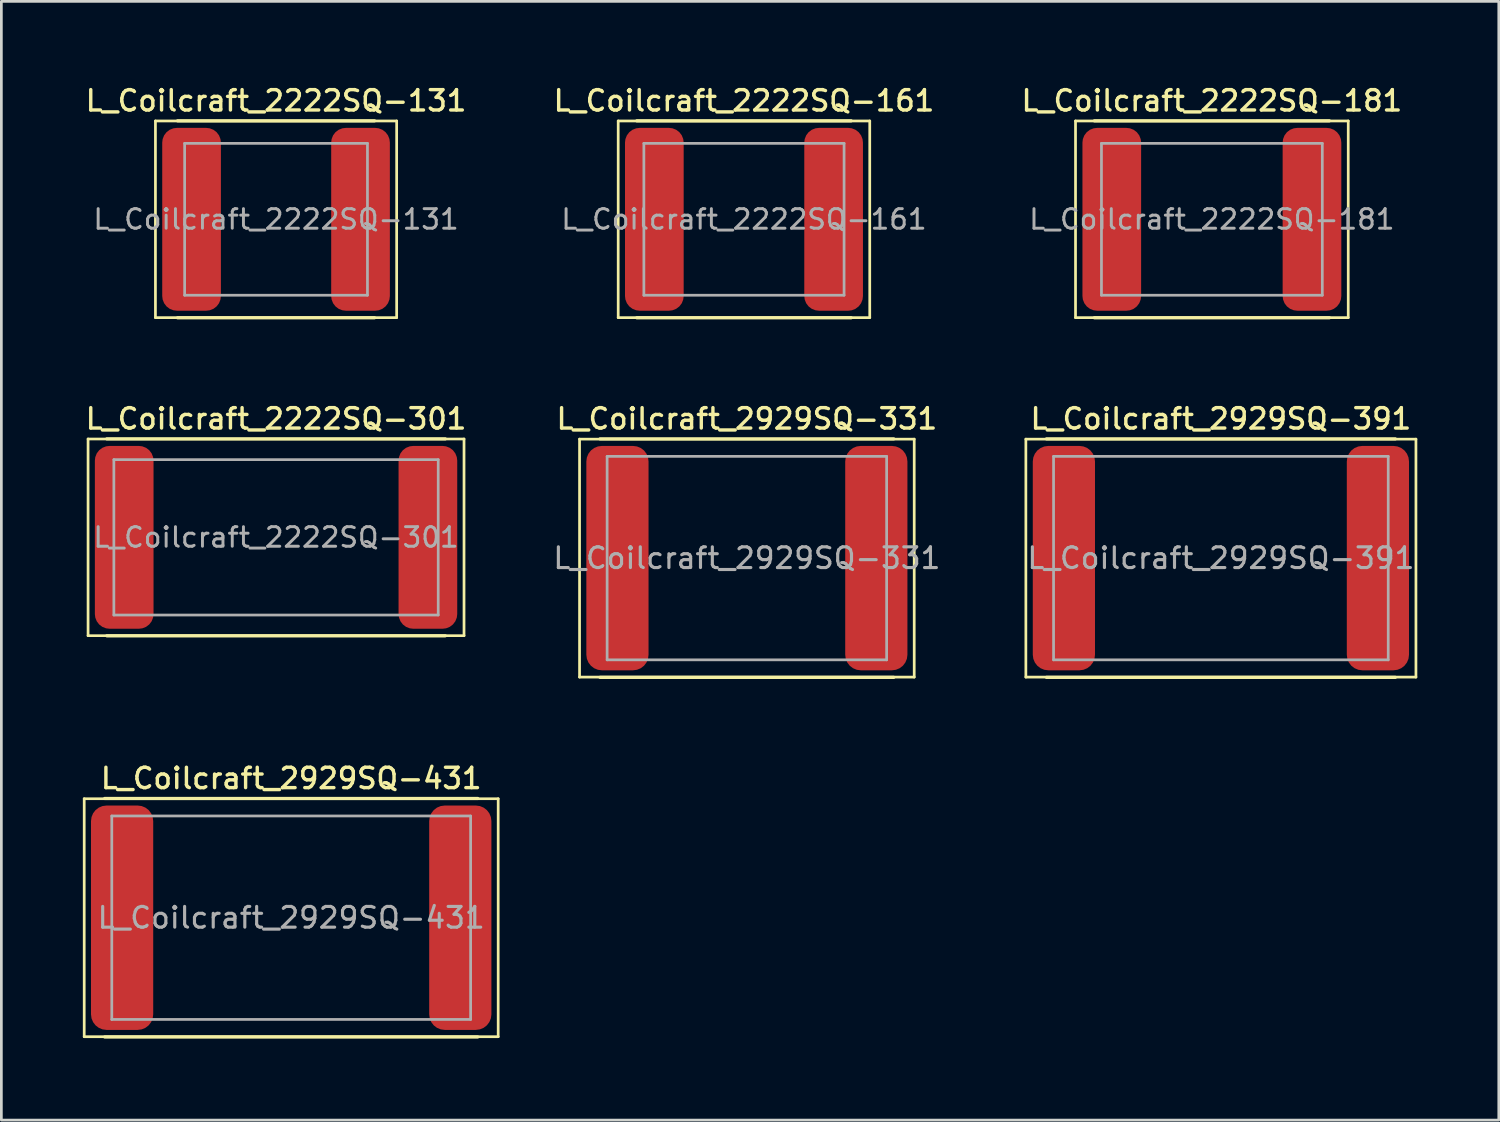
<source format=kicad_pcb>
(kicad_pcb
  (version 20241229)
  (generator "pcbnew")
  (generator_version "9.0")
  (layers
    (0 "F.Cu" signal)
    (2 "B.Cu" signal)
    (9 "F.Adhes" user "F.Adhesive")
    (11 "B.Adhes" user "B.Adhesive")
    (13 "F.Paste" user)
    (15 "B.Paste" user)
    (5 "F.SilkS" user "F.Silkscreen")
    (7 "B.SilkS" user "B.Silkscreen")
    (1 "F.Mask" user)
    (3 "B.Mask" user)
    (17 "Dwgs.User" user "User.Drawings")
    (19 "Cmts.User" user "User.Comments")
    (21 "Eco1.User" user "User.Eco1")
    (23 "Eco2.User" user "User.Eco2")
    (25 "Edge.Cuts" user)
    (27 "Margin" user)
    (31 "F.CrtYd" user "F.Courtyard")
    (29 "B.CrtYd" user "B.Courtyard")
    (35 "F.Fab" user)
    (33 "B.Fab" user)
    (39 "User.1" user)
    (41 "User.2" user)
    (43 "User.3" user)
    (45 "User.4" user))
  (footprint "L_Coilcraft_2222SQ-181"
    (layer "F.Cu")
    (at 41.563 5.023)
    (property "Reference" "L_Coilcraft_2222SQ-181" (at 0 -4.365 0) (layer "F.SilkS") (effects (font (size 0.75 0.75) (thickness 0.125))))
    (attr smd)
    (fp_line (start -5.02 -3.62) (end -5.02 3.62) (stroke (width 0.1) (type solid)) (layer "F.SilkS"))
    (fp_line (start -5.02 3.62) (end 5.02 3.62) (stroke (width 0.1) (type solid)) (layer "F.SilkS"))
    (fp_line (start -4.325 -3.625) (end 4.325 -3.625) (stroke (width 0.12) (type solid)) (layer "F.SilkS"))
    (fp_line (start -4.325 3.625) (end 4.325 3.625) (stroke (width 0.12) (type solid)) (layer "F.SilkS"))
    (fp_line (start 5.02 -3.62) (end -5.02 -3.62) (stroke (width 0.1) (type solid)) (layer "F.SilkS"))
    (fp_line (start 5.02 3.62) (end 5.02 -3.62) (stroke (width 0.1) (type solid)) (layer "F.SilkS"))
    (fp_line (start -4.065 -2.795) (end -4.065 2.795) (stroke (width 0.1) (type solid)) (layer "F.Fab"))
    (fp_line (start -4.065 2.795) (end 4.065 2.795) (stroke (width 0.1) (type solid)) (layer "F.Fab"))
    (fp_line (start 4.065 -2.795) (end -4.065 -2.795) (stroke (width 0.1) (type solid)) (layer "F.Fab"))
    (fp_line (start 4.065 2.795) (end 4.065 -2.795) (stroke (width 0.1) (type solid)) (layer "F.Fab"))
    (fp_text user "${REFERENCE}" (at 0 0 0) (layer "F.Fab") (effects (font (size 0.72 0.72) (thickness 0.108))))
    (pad "1" smd roundrect (at -3.685 0) (size 2.16 6.73) (layers "F.Cu" "F.Mask" "F.Paste") (roundrect_rratio 0.25))
    (pad "2" smd roundrect (at 3.685 0) (size 2.16 6.73) (layers "F.Cu" "F.Mask" "F.Paste") (roundrect_rratio 0.25)))
  (footprint "L_Coilcraft_2222SQ-301"
    (layer "F.Cu")
    (at 7.112 16.731)
    (property "Reference" "L_Coilcraft_2222SQ-301" (at 0 -4.365 0) (layer "F.SilkS") (effects (font (size 0.75 0.75) (thickness 0.125))))
    (attr smd)
    (fp_line (start -6.92 -3.62) (end -6.92 3.62) (stroke (width 0.1) (type solid)) (layer "F.SilkS"))
    (fp_line (start -6.92 3.62) (end 6.92 3.62) (stroke (width 0.1) (type solid)) (layer "F.SilkS"))
    (fp_line (start -6.23 -3.625) (end 6.23 -3.625) (stroke (width 0.12) (type solid)) (layer "F.SilkS"))
    (fp_line (start -6.23 3.625) (end 6.23 3.625) (stroke (width 0.12) (type solid)) (layer "F.SilkS"))
    (fp_line (start 6.92 -3.62) (end -6.92 -3.62) (stroke (width 0.1) (type solid)) (layer "F.SilkS"))
    (fp_line (start 6.92 3.62) (end 6.92 -3.62) (stroke (width 0.1) (type solid)) (layer "F.SilkS"))
    (fp_line (start -5.97 -2.86) (end -5.97 2.86) (stroke (width 0.1) (type solid)) (layer "F.Fab"))
    (fp_line (start -5.97 2.86) (end 5.97 2.86) (stroke (width 0.1) (type solid)) (layer "F.Fab"))
    (fp_line (start 5.97 -2.86) (end -5.97 -2.86) (stroke (width 0.1) (type solid)) (layer "F.Fab"))
    (fp_line (start 5.97 2.86) (end 5.97 -2.86) (stroke (width 0.1) (type solid)) (layer "F.Fab"))
    (fp_text user "${REFERENCE}" (at 0 0 0) (layer "F.Fab") (effects (font (size 0.72 0.72) (thickness 0.108))))
    (pad "1" smd roundrect (at -5.59 0) (size 2.16 6.73) (layers "F.Cu" "F.Mask" "F.Paste") (roundrect_rratio 0.25))
    (pad "2" smd roundrect (at 5.59 0) (size 2.16 6.73) (layers "F.Cu" "F.Mask" "F.Paste") (roundrect_rratio 0.25)))
  (footprint "L_Coilcraft_2929SQ-391"
    (layer "F.Cu")
    (at 41.895 17.496)
    (property "Reference" "L_Coilcraft_2929SQ-391" (at 0 -5.13 0) (layer "F.SilkS") (effects (font (size 0.75 0.75) (thickness 0.125))))
    (attr smd)
    (fp_line (start -7.18 -4.38) (end -7.18 4.38) (stroke (width 0.1) (type solid)) (layer "F.SilkS"))
    (fp_line (start -7.18 4.38) (end 7.18 4.38) (stroke (width 0.1) (type solid)) (layer "F.SilkS"))
    (fp_line (start -6.42 -4.39) (end 6.42 -4.39) (stroke (width 0.12) (type solid)) (layer "F.SilkS"))
    (fp_line (start -6.42 4.39) (end 6.42 4.39) (stroke (width 0.12) (type solid)) (layer "F.SilkS"))
    (fp_line (start 7.18 -4.38) (end -7.18 -4.38) (stroke (width 0.1) (type solid)) (layer "F.SilkS"))
    (fp_line (start 7.18 4.38) (end 7.18 -4.38) (stroke (width 0.1) (type solid)) (layer "F.SilkS"))
    (fp_line (start -6.16 -3.745) (end -6.16 3.745) (stroke (width 0.1) (type solid)) (layer "F.Fab"))
    (fp_line (start -6.16 3.745) (end 6.16 3.745) (stroke (width 0.1) (type solid)) (layer "F.Fab"))
    (fp_line (start 6.16 -3.745) (end -6.16 -3.745) (stroke (width 0.1) (type solid)) (layer "F.Fab"))
    (fp_line (start 6.16 3.745) (end 6.16 -3.745) (stroke (width 0.1) (type solid)) (layer "F.Fab"))
    (fp_text user "${REFERENCE}" (at 0 0 0) (layer "F.Fab") (effects (font (size 0.763 0.763) (thickness 0.115))))
    (pad "1" smd roundrect (at -5.78 0) (size 2.29 8.26) (layers "F.Cu" "F.Mask" "F.Paste") (roundrect_rratio 0.25))
    (pad "2" smd roundrect (at 5.78 0) (size 2.29 8.26) (layers "F.Cu" "F.Mask" "F.Paste") (roundrect_rratio 0.25)))
  (footprint "L_Coilcraft_2222SQ-161"
    (layer "F.Cu")
    (at 24.338 5.023)
    (property "Reference" "L_Coilcraft_2222SQ-161" (at 0 -4.365 0) (layer "F.SilkS") (effects (font (size 0.75 0.75) (thickness 0.125))))
    (attr smd)
    (fp_line (start -4.63 -3.62) (end -4.63 3.62) (stroke (width 0.1) (type solid)) (layer "F.SilkS"))
    (fp_line (start -4.63 3.62) (end 4.63 3.62) (stroke (width 0.1) (type solid)) (layer "F.SilkS"))
    (fp_line (start -3.945 -3.625) (end 3.945 -3.625) (stroke (width 0.12) (type solid)) (layer "F.SilkS"))
    (fp_line (start -3.945 3.625) (end 3.945 3.625) (stroke (width 0.12) (type solid)) (layer "F.SilkS"))
    (fp_line (start 4.63 -3.62) (end -4.63 -3.62) (stroke (width 0.1) (type solid)) (layer "F.SilkS"))
    (fp_line (start 4.63 3.62) (end 4.63 -3.62) (stroke (width 0.1) (type solid)) (layer "F.SilkS"))
    (fp_line (start -3.685 -2.795) (end -3.685 2.795) (stroke (width 0.1) (type solid)) (layer "F.Fab"))
    (fp_line (start -3.685 2.795) (end 3.685 2.795) (stroke (width 0.1) (type solid)) (layer "F.Fab"))
    (fp_line (start 3.685 -2.795) (end -3.685 -2.795) (stroke (width 0.1) (type solid)) (layer "F.Fab"))
    (fp_line (start 3.685 2.795) (end 3.685 -2.795) (stroke (width 0.1) (type solid)) (layer "F.Fab"))
    (fp_text user "${REFERENCE}" (at 0 0 0) (layer "F.Fab") (effects (font (size 0.72 0.72) (thickness 0.108))))
    (pad "1" smd roundrect (at -3.3 0) (size 2.16 6.73) (layers "F.Cu" "F.Mask" "F.Paste") (roundrect_rratio 0.25))
    (pad "2" smd roundrect (at 3.3 0) (size 2.16 6.73) (layers "F.Cu" "F.Mask" "F.Paste") (roundrect_rratio 0.25)))
  (footprint "L_Coilcraft_2222SQ-131"
    (layer "F.Cu")
    (at 7.112 5.023)
    (property "Reference" "L_Coilcraft_2222SQ-131" (at 0 -4.365 0) (layer "F.SilkS") (effects (font (size 0.75 0.75) (thickness 0.125))))
    (attr smd)
    (fp_line (start -4.44 -3.62) (end -4.44 3.62) (stroke (width 0.1) (type solid)) (layer "F.SilkS"))
    (fp_line (start -4.44 3.62) (end 4.44 3.62) (stroke (width 0.1) (type solid)) (layer "F.SilkS"))
    (fp_line (start -3.625 -3.625) (end 3.625 -3.625) (stroke (width 0.12) (type solid)) (layer "F.SilkS"))
    (fp_line (start -3.625 3.625) (end 3.625 3.625) (stroke (width 0.12) (type solid)) (layer "F.SilkS"))
    (fp_line (start 4.44 -3.62) (end -4.44 -3.62) (stroke (width 0.1) (type solid)) (layer "F.SilkS"))
    (fp_line (start 4.44 3.62) (end 4.44 -3.62) (stroke (width 0.1) (type solid)) (layer "F.SilkS"))
    (fp_line (start -3.365 -2.795) (end -3.365 2.795) (stroke (width 0.1) (type solid)) (layer "F.Fab"))
    (fp_line (start -3.365 2.795) (end 3.365 2.795) (stroke (width 0.1) (type solid)) (layer "F.Fab"))
    (fp_line (start 3.365 -2.795) (end -3.365 -2.795) (stroke (width 0.1) (type solid)) (layer "F.Fab"))
    (fp_line (start 3.365 2.795) (end 3.365 -2.795) (stroke (width 0.1) (type solid)) (layer "F.Fab"))
    (fp_text user "${REFERENCE}" (at 0 0 0) (layer "F.Fab") (effects (font (size 0.72 0.72) (thickness 0.108))))
    (pad "1" smd roundrect (at -3.11 0) (size 2.16 6.73) (layers "F.Cu" "F.Mask" "F.Paste") (roundrect_rratio 0.25))
    (pad "2" smd roundrect (at 3.11 0) (size 2.16 6.73) (layers "F.Cu" "F.Mask" "F.Paste") (roundrect_rratio 0.25)))
  (footprint "L_Coilcraft_2929SQ-331"
    (layer "F.Cu")
    (at 24.445 17.496)
    (property "Reference" "L_Coilcraft_2929SQ-331" (at 0 -5.13 0) (layer "F.SilkS") (effects (font (size 0.75 0.75) (thickness 0.125))))
    (attr smd)
    (fp_line (start -6.16 -4.38) (end -6.16 4.38) (stroke (width 0.1) (type solid)) (layer "F.SilkS"))
    (fp_line (start -6.16 4.38) (end 6.16 4.38) (stroke (width 0.1) (type solid)) (layer "F.SilkS"))
    (fp_line (start -5.405 -4.39) (end 5.405 -4.39) (stroke (width 0.12) (type solid)) (layer "F.SilkS"))
    (fp_line (start -5.405 4.39) (end 5.405 4.39) (stroke (width 0.12) (type solid)) (layer "F.SilkS"))
    (fp_line (start 6.16 -4.38) (end -6.16 -4.38) (stroke (width 0.1) (type solid)) (layer "F.SilkS"))
    (fp_line (start 6.16 4.38) (end 6.16 -4.38) (stroke (width 0.1) (type solid)) (layer "F.SilkS"))
    (fp_line (start -5.145 -3.745) (end -5.145 3.745) (stroke (width 0.1) (type solid)) (layer "F.Fab"))
    (fp_line (start -5.145 3.745) (end 5.145 3.745) (stroke (width 0.1) (type solid)) (layer "F.Fab"))
    (fp_line (start 5.145 -3.745) (end -5.145 -3.745) (stroke (width 0.1) (type solid)) (layer "F.Fab"))
    (fp_line (start 5.145 3.745) (end 5.145 -3.745) (stroke (width 0.1) (type solid)) (layer "F.Fab"))
    (fp_text user "${REFERENCE}" (at 0 0 0) (layer "F.Fab") (effects (font (size 0.763 0.763) (thickness 0.115))))
    (pad "1" smd roundrect (at -4.765 0) (size 2.29 8.26) (layers "F.Cu" "F.Mask" "F.Paste") (roundrect_rratio 0.25))
    (pad "2" smd roundrect (at 4.765 0) (size 2.29 8.26) (layers "F.Cu" "F.Mask" "F.Paste") (roundrect_rratio 0.25)))
  (footprint "L_Coilcraft_2929SQ-431"
    (layer "F.Cu")
    (at 7.67 30.734)
    (property "Reference" "L_Coilcraft_2929SQ-431" (at 0 -5.13 0) (layer "F.SilkS") (effects (font (size 0.75 0.75) (thickness 0.125))))
    (attr smd)
    (fp_line (start -7.62 -4.38) (end -7.62 4.38) (stroke (width 0.1) (type solid)) (layer "F.SilkS"))
    (fp_line (start -7.62 4.38) (end 7.62 4.38) (stroke (width 0.1) (type solid)) (layer "F.SilkS"))
    (fp_line (start -6.865 -4.39) (end 6.865 -4.39) (stroke (width 0.12) (type solid)) (layer "F.SilkS"))
    (fp_line (start -6.865 4.39) (end 6.865 4.39) (stroke (width 0.12) (type solid)) (layer "F.SilkS"))
    (fp_line (start 7.62 -4.38) (end -7.62 -4.38) (stroke (width 0.1) (type solid)) (layer "F.SilkS"))
    (fp_line (start 7.62 4.38) (end 7.62 -4.38) (stroke (width 0.1) (type solid)) (layer "F.SilkS"))
    (fp_line (start -6.605 -3.745) (end -6.605 3.745) (stroke (width 0.1) (type solid)) (layer "F.Fab"))
    (fp_line (start -6.605 3.745) (end 6.605 3.745) (stroke (width 0.1) (type solid)) (layer "F.Fab"))
    (fp_line (start 6.605 -3.745) (end -6.605 -3.745) (stroke (width 0.1) (type solid)) (layer "F.Fab"))
    (fp_line (start 6.605 3.745) (end 6.605 -3.745) (stroke (width 0.1) (type solid)) (layer "F.Fab"))
    (fp_text user "${REFERENCE}" (at 0 0 0) (layer "F.Fab") (effects (font (size 0.763 0.763) (thickness 0.115))))
    (pad "1" smd roundrect (at -6.225 0) (size 2.29 8.26) (layers "F.Cu" "F.Mask" "F.Paste") (roundrect_rratio 0.25))
    (pad "2" smd roundrect (at 6.225 0) (size 2.29 8.26) (layers "F.Cu" "F.Mask" "F.Paste") (roundrect_rratio 0.25)))
  (gr_rect
    (start -3 -3)
    (end 52.125 38.184)
    (stroke (width 0.1) (type default))
    (fill no)
    (layer "Edge.Cuts")))
</source>
